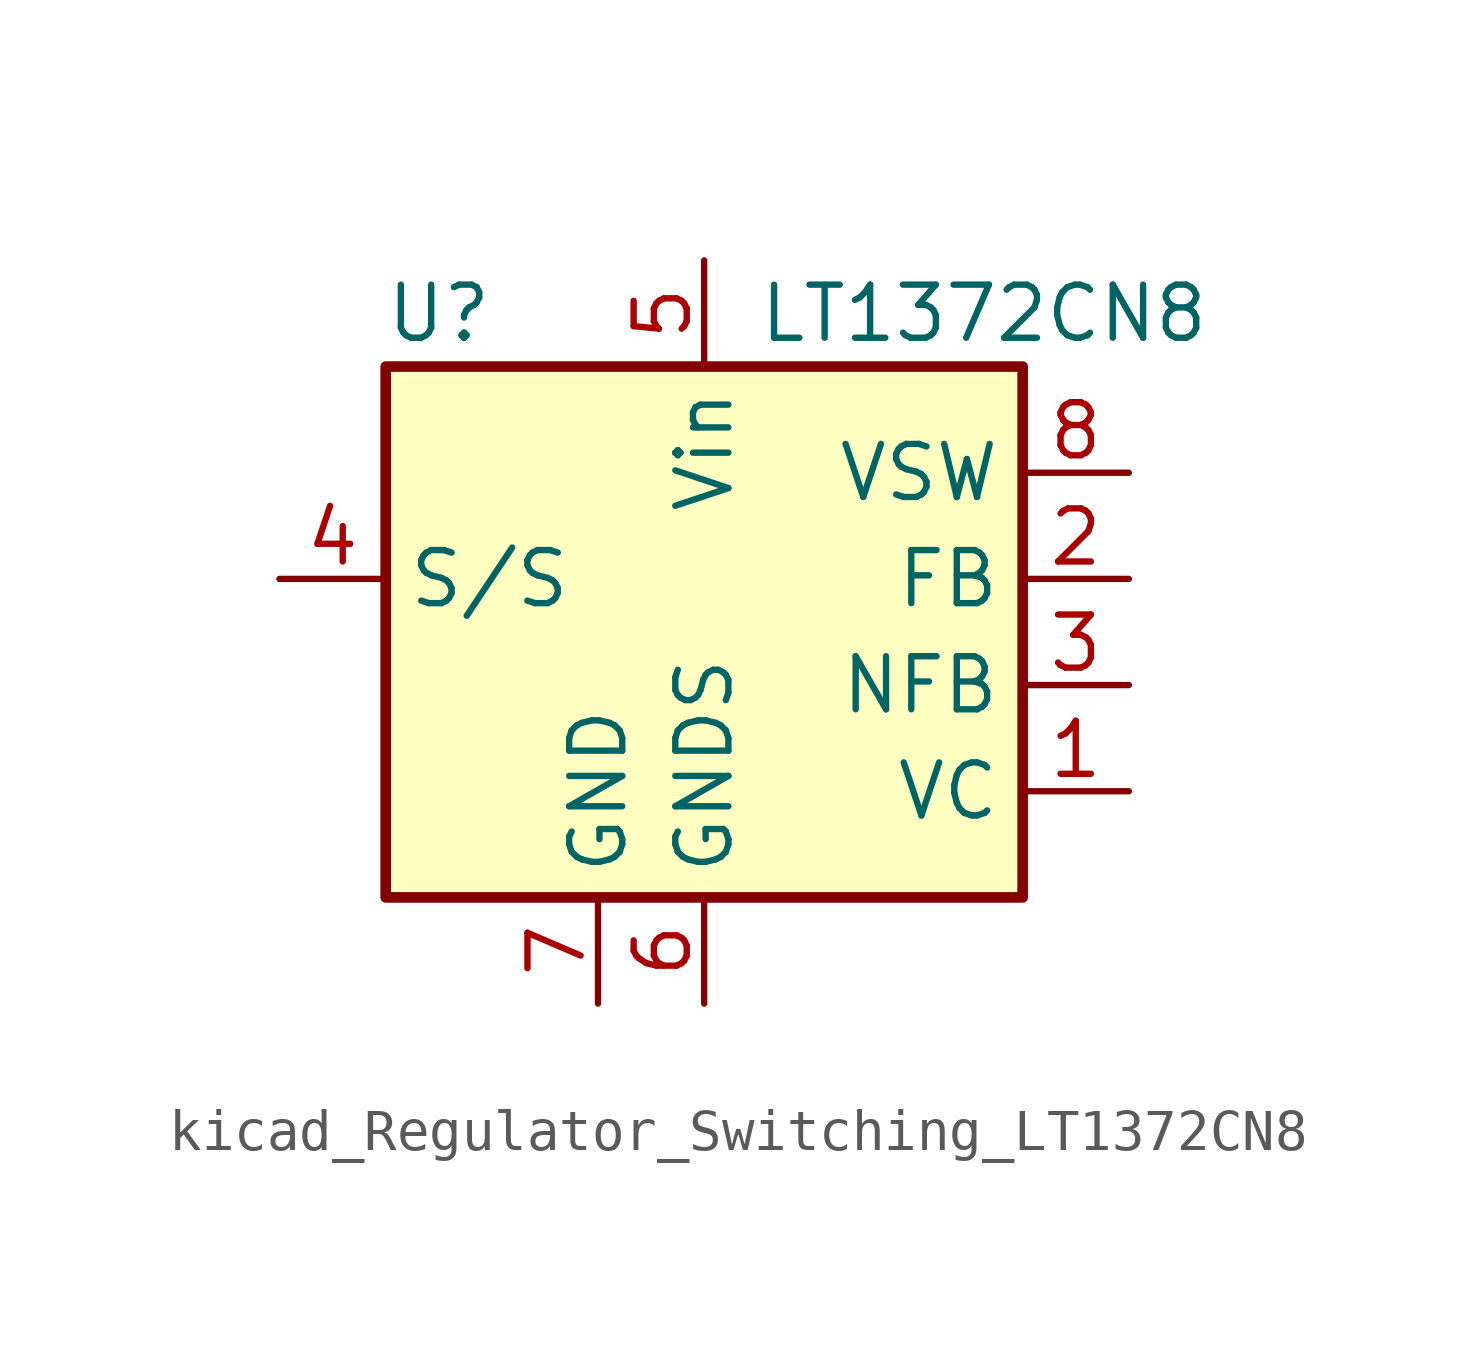
<source format=kicad_sym>
(kicad_symbol_lib
  (version 20220914)
  (generator kicad_symbol_editor)
  (symbol "kicad_Regulator_Switching_LT1372CN8"
    (property "Reference" "U"
      (at -6.35 8.89 0)
      (effects (font (size 1.27 1.27))))
    (property "Value" "LT1372CN8"
      (at 1.27 8.89 0)
      (effects (font (size 1.27 1.27)) (justify left)))
    (symbol "kicad_Regulator_Switching_LT1372CN8_0_1"
      (rectangle (start -7.62 7.62) (end 7.62 -5.08) (stroke (width 0.254) (type default)) (fill (type background))))
    (symbol "kicad_Regulator_Switching_LT1372CN8_1_1"
      (pin passive line (at 10.16 -2.54 180) (length 2.54) (name "VC" (effects (font (size 1.27 1.27)))) (number "1" (effects (font (size 1.27 1.27)))))
      (pin passive line (at 10.16 2.54 180) (length 2.54) (name "FB" (effects (font (size 1.27 1.27)))) (number "2" (effects (font (size 1.27 1.27)))))
      (pin input line (at 10.16 0 180) (length 2.54) (name "NFB" (effects (font (size 1.27 1.27)))) (number "3" (effects (font (size 1.27 1.27)))))
      (pin input line (at -10.16 2.54 0) (length 2.54) (name "S/S" (effects (font (size 1.27 1.27)))) (number "4" (effects (font (size 1.27 1.27)))))
      (pin power_in line (at 0 10.16 270) (length 2.54) (name "Vin" (effects (font (size 1.27 1.27)))) (number "5" (effects (font (size 1.27 1.27)))))
      (pin power_in line (at 0 -7.62 90) (length 2.54) (name "GNDS" (effects (font (size 1.27 1.27)))) (number "6" (effects (font (size 1.27 1.27)))))
      (pin power_in line (at -2.54 -7.62 90) (length 2.54) (name "GND" (effects (font (size 1.27 1.27)))) (number "7" (effects (font (size 1.27 1.27)))))
      (pin output line (at 10.16 5.08 180) (length 2.54) (name "VSW" (effects (font (size 1.27 1.27)))) (number "8" (effects (font (size 1.27 1.27))))))))
</source>
